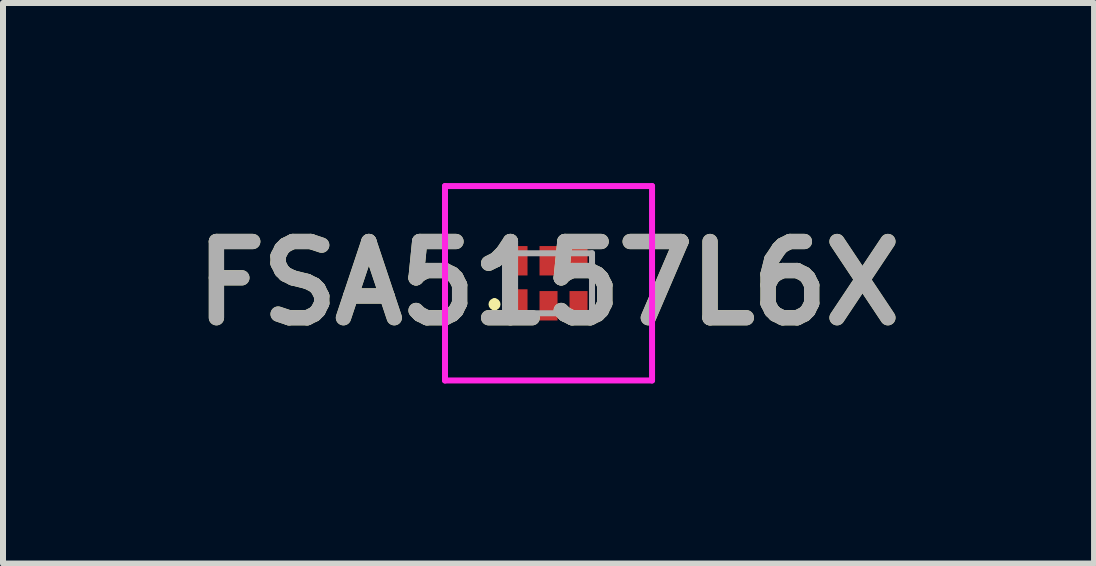
<source format=kicad_pcb>
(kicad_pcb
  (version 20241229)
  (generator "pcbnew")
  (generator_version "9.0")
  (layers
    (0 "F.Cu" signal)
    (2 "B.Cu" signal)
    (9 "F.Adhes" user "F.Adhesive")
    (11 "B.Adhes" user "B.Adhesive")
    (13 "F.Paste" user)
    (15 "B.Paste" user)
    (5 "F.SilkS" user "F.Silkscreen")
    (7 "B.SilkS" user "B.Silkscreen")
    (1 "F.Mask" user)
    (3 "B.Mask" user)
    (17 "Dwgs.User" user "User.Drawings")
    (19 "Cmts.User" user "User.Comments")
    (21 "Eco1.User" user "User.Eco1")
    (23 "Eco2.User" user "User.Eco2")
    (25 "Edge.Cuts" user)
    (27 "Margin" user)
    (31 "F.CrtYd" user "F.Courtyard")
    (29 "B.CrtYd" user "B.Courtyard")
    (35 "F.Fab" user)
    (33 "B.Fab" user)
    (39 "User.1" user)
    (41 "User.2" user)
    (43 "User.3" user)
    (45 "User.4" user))
  (footprint "FSA5157L6X"
    (layer "F.Cu")
    (at 6.09 1.67)
    (property "Reference" "FSA5157L6X" (at 0 0 0) (layer "F.SilkS") (effects (font (size 1.27 1.27) (thickness 0.254))))
    (attr smd)
    (fp_line (start -0.9 0.3) (end -0.9 0.3) (stroke (width 0.1) (type solid)) (layer "F.SilkS"))
    (fp_line (start -0.9 0.4) (end -0.9 0.4) (stroke (width 0.1) (type solid)) (layer "F.SilkS"))
    (fp_arc (start -0.9 0.3) (mid -0.85 0.35) (end -0.9 0.4) (stroke (width 0.1) (type solid)) (layer "F.SilkS"))
    (fp_arc (start -0.9 0.4) (mid -0.95 0.35) (end -0.9 0.3) (stroke (width 0.1) (type solid)) (layer "F.SilkS"))
    (fp_line (start -1.725 -1.62) (end 1.725 -1.62) (stroke (width 0.1) (type solid)) (layer "F.CrtYd"))
    (fp_line (start -1.725 1.62) (end -1.725 -1.62) (stroke (width 0.1) (type solid)) (layer "F.CrtYd"))
    (fp_line (start 1.725 -1.62) (end 1.725 1.62) (stroke (width 0.1) (type solid)) (layer "F.CrtYd"))
    (fp_line (start 1.725 1.62) (end -1.725 1.62) (stroke (width 0.1) (type solid)) (layer "F.CrtYd"))
    (fp_line (start -0.725 -0.5) (end 0.725 -0.5) (stroke (width 0.1) (type solid)) (layer "F.Fab"))
    (fp_line (start -0.725 0.5) (end -0.725 -0.5) (stroke (width 0.1) (type solid)) (layer "F.Fab"))
    (fp_line (start 0.725 -0.5) (end 0.725 0.5) (stroke (width 0.1) (type solid)) (layer "F.Fab"))
    (fp_line (start 0.725 0.5) (end -0.725 0.5) (stroke (width 0.1) (type solid)) (layer "F.Fab"))
    (fp_text user "${REFERENCE}" (at 0 0 0) (layer "F.Fab") (effects (font (size 1.27 1.27) (thickness 0.254))))
    (pad "1" smd rect (at -0.5 0.36) (size 0.3 0.52) (layers "F.Cu" "F.Mask" "F.Paste"))
    (pad "2" smd rect (at 0 0.375) (size 0.3 0.49) (layers "F.Cu" "F.Mask" "F.Paste"))
    (pad "3" smd rect (at 0.5 0.375) (size 0.3 0.49) (layers "F.Cu" "F.Mask" "F.Paste"))
    (pad "4" smd rect (at 0.5 -0.375) (size 0.3 0.49) (layers "F.Cu" "F.Mask" "F.Paste"))
    (pad "5" smd rect (at 0 -0.375) (size 0.3 0.49) (layers "F.Cu" "F.Mask" "F.Paste"))
    (pad "6" smd rect (at -0.5 -0.375) (size 0.3 0.49) (layers "F.Cu" "F.Mask" "F.Paste")))
  (gr_rect
    (start -3 -3)
    (end 15.18 6.34)
    (stroke (width 0.1) (type default))
    (fill no)
    (layer "Edge.Cuts")))
</source>
